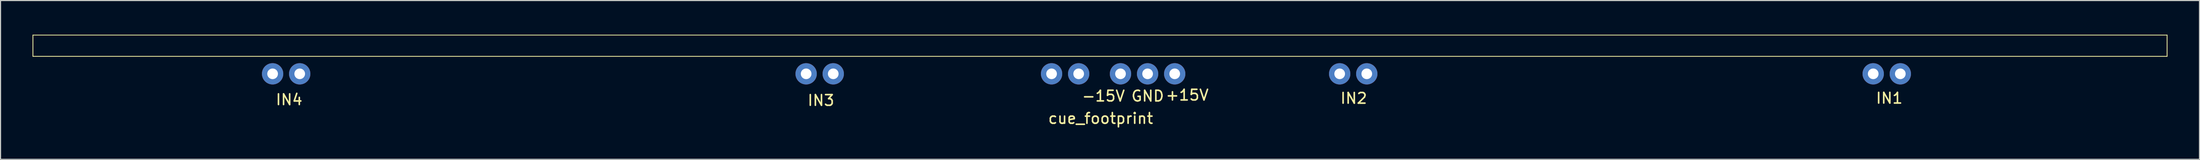
<source format=kicad_pcb>
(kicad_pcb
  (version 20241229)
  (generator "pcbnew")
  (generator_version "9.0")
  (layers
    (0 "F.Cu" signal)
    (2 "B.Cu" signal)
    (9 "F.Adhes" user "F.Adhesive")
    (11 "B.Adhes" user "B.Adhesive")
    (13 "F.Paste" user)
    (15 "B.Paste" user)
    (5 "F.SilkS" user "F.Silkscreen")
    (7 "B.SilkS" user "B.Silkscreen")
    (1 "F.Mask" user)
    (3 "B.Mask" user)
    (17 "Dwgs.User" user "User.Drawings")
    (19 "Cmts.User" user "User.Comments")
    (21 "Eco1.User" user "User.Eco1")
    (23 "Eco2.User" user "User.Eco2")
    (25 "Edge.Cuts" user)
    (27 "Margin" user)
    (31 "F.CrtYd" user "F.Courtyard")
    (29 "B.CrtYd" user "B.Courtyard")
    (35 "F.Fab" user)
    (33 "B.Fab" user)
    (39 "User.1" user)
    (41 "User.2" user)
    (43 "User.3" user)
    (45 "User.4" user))
  (footprint "cue_footprint"
    (layer "F.Cu")
    (at 100.037 0.25)
    (property "Reference" "cue_footprint" (at 0.06 7.83 0) (layer "F.SilkS") (effects (font (size 1 1) (thickness 0.15))))
    (attr through_hole)
    (fp_line (start -100 0) (end -100 2) (stroke (width 0.075) (type solid)) (layer "F.SilkS"))
    (fp_line (start -100 0) (end 100 0) (stroke (width 0.075) (type solid)) (layer "F.SilkS"))
    (fp_line (start -100 2) (end 100 2) (stroke (width 0.075) (type solid)) (layer "F.SilkS"))
    (fp_line (start 100 0) (end 100 2) (stroke (width 0.075) (type solid)) (layer "F.SilkS"))
    (fp_text user "-15V" (at 0.32 5.73 0) (layer "F.SilkS") (effects (font (size 1 1) (thickness 0.15))))
    (fp_text user "IN2" (at 23.78 5.94 0) (layer "F.SilkS") (effects (font (size 1 1) (thickness 0.15))))
    (fp_text user "IN4" (at -75.99 6.07 0) (layer "F.SilkS") (effects (font (size 1 1) (thickness 0.15))))
    (fp_text user "IN1" (at 73.97 5.93 0) (layer "F.SilkS") (effects (font (size 1 1) (thickness 0.15))))
    (fp_text user "GND" (at 4.47 5.73 0) (layer "F.SilkS") (effects (font (size 1 1) (thickness 0.15))))
    (fp_text user "IN3" (at -26.15 6.14 0) (layer "F.SilkS") (effects (font (size 1 1) (thickness 0.15))))
    (fp_text user "+15V" (at 8.17 5.64 0) (layer "F.SilkS") (effects (font (size 1 1) (thickness 0.15))))
    (pad "1" thru_hole circle (at 7 3.64) (size 2 2) (drill 1) (layers "*.Cu" "*.Mask"))
    (pad "2" thru_hole circle (at 4.46 3.64) (size 2 2) (drill 1) (layers "*.Cu" "*.Mask"))
    (pad "3" thru_hole circle (at 1.92 3.64) (size 2 2) (drill 1) (layers "*.Cu" "*.Mask"))
    (pad "4" thru_hole circle (at -77.54 3.64) (size 2 2) (drill 1) (layers "*.Cu" "*.Mask"))
    (pad "5" thru_hole circle (at -75 3.64) (size 2 2) (drill 1) (layers "*.Cu" "*.Mask"))
    (pad "6" thru_hole circle (at -27.54 3.64) (size 2 2) (drill 1) (layers "*.Cu" "*.Mask"))
    (pad "7" thru_hole circle (at -25 3.64) (size 2 2) (drill 1) (layers "*.Cu" "*.Mask"))
    (pad "8" thru_hole circle (at 22.46 3.64) (size 2 2) (drill 1) (layers "*.Cu" "*.Mask"))
    (pad "9" thru_hole circle (at 25 3.64) (size 2 2) (drill 1) (layers "*.Cu" "*.Mask"))
    (pad "10" thru_hole circle (at 72.46 3.64) (size 2 2) (drill 1) (layers "*.Cu" "*.Mask"))
    (pad "11" thru_hole circle (at 75 3.64) (size 2 2) (drill 1) (layers "*.Cu" "*.Mask"))
    (pad "12" thru_hole circle (at -4.54 3.64) (size 2 2) (drill 1) (layers "*.Cu" "*.Mask"))
    (pad "13" thru_hole circle (at -2 3.64) (size 2 2) (drill 1) (layers "*.Cu" "*.Mask")))
  (gr_rect
    (start -3 -3)
    (end 203.075 11.928)
    (stroke (width 0.1) (type default))
    (fill no)
    (layer "Edge.Cuts")))
</source>
